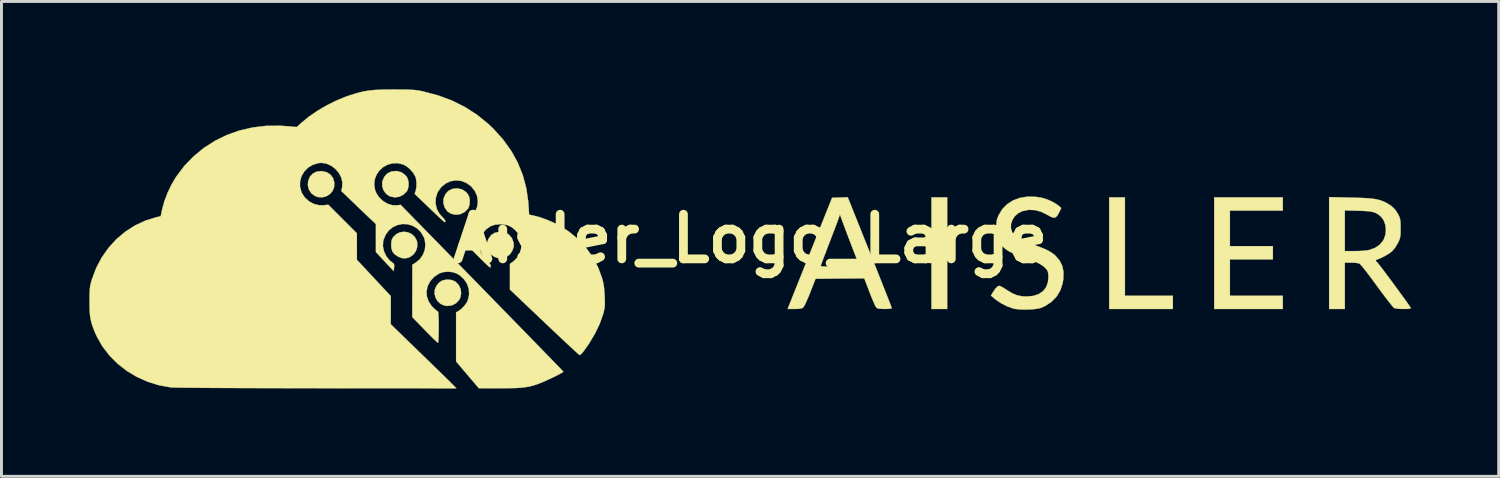
<source format=kicad_pcb>
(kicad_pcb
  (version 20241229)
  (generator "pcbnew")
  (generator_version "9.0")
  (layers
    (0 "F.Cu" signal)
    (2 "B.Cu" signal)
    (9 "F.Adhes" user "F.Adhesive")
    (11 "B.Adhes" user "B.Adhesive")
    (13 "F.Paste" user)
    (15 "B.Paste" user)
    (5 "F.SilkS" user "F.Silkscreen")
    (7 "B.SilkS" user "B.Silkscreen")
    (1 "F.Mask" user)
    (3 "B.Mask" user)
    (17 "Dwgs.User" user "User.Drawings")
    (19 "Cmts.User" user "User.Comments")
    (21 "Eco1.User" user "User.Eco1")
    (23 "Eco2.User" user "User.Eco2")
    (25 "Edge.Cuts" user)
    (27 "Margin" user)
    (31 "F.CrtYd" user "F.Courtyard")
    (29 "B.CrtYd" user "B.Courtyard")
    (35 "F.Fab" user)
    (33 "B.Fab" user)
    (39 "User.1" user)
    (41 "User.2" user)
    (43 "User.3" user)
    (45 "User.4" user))
  (footprint "Aisler_Logo_Large"
    (layer "F.Cu")
    (at 22.567 5.098)
    (property "Reference" "Aisler_Logo_Large" (at 0 0 0) (layer "F.SilkS") (effects (font (size 1.524 1.524) (thickness 0.3))))
    (attr through_hole)
    (fp_poly (pts (xy 6.717 2.399) (xy 6.181 2.399) (xy 6.181 -1.411) (xy 6.717 -1.411) (xy 6.717 2.399)) (stroke (width 0.01) (type solid)) (fill yes) (layer "F.SilkS"))
    (fp_poly (pts (xy 12.785 1.947) (xy 14.422 1.947) (xy 14.422 2.399) (xy 12.248 2.399) (xy 12.248 -1.411) (xy 12.785 -1.411) (xy 12.785 1.947)) (stroke (width 0.01) (type solid)) (fill yes) (layer "F.SilkS"))
    (fp_poly (pts (xy 18.175 -0.96) (xy 16.369 -0.96) (xy 16.369 0.254) (xy 17.836 0.254) (xy 17.836 0.706) (xy 16.369 0.706) (xy 16.369 1.947) (xy 18.175 1.947) (xy 18.175 2.399) (xy 15.833 2.399) (xy 15.833 -1.411) (xy 18.175 -1.411) (xy 18.175 -0.96)) (stroke (width 0.01) (type solid)) (fill yes) (layer "F.SilkS"))
    (fp_poly (pts (xy -14.625 -2.306) (xy -14.466 -2.27) (xy -14.339 -2.19) (xy -14.25 -2.072) (xy -14.205 -1.921) (xy -14.203 -1.91) (xy -14.211 -1.759) (xy -14.265 -1.628) (xy -14.356 -1.522) (xy -14.473 -1.448) (xy -14.61 -1.411) (xy -14.755 -1.419) (xy -14.871 -1.461) (xy -14.99 -1.551) (xy -15.071 -1.675) (xy -15.108 -1.821) (xy -15.098 -1.966) (xy -15.039 -2.113) (xy -14.941 -2.222) (xy -14.81 -2.288) (xy -14.651 -2.308) (xy -14.625 -2.306)) (stroke (width 0.01) (type solid)) (fill yes) (layer "F.SilkS"))
    (fp_poly (pts (xy -12.058 -2.307) (xy -11.914 -2.267) (xy -11.792 -2.18) (xy -11.728 -2.106) (xy -11.685 -2.009) (xy -11.667 -1.885) (xy -11.676 -1.756) (xy -11.711 -1.647) (xy -11.729 -1.618) (xy -11.847 -1.501) (xy -11.989 -1.43) (xy -12.143 -1.41) (xy -12.3 -1.443) (xy -12.321 -1.451) (xy -12.437 -1.531) (xy -12.522 -1.646) (xy -12.568 -1.784) (xy -12.569 -1.928) (xy -12.561 -1.968) (xy -12.495 -2.119) (xy -12.393 -2.229) (xy -12.259 -2.293) (xy -12.097 -2.31) (xy -12.058 -2.307)) (stroke (width 0.01) (type solid)) (fill yes) (layer "F.SilkS"))
    (fp_poly (pts (xy -11.691 -0.217) (xy -11.566 -0.16) (xy -11.463 -0.067) (xy -11.392 0.058) (xy -11.376 0.116) (xy -11.371 0.27) (xy -11.415 0.415) (xy -11.502 0.538) (xy -11.626 0.629) (xy -11.648 0.638) (xy -11.776 0.673) (xy -11.901 0.662) (xy -12.022 0.614) (xy -12.144 0.536) (xy -12.22 0.444) (xy -12.256 0.325) (xy -12.263 0.217) (xy -12.257 0.101) (xy -12.236 0.019) (xy -12.197 -0.05) (xy -12.091 -0.155) (xy -11.965 -0.217) (xy -11.828 -0.237) (xy -11.691 -0.217)) (stroke (width 0.01) (type solid)) (fill yes) (layer "F.SilkS"))
    (fp_poly (pts (xy -10.188 1.412) (xy -10.077 1.461) (xy -9.981 1.554) (xy -9.941 1.608) (xy -9.889 1.73) (xy -9.876 1.87) (xy -9.901 2.008) (xy -9.941 2.09) (xy -10.051 2.204) (xy -10.188 2.275) (xy -10.344 2.297) (xy -10.439 2.285) (xy -10.572 2.229) (xy -10.677 2.135) (xy -10.749 2.014) (xy -10.783 1.879) (xy -10.775 1.741) (xy -10.719 1.611) (xy -10.717 1.608) (xy -10.623 1.494) (xy -10.521 1.428) (xy -10.394 1.399) (xy -10.329 1.397) (xy -10.188 1.412)) (stroke (width 0.01) (type solid)) (fill yes) (layer "F.SilkS"))
    (fp_poly (pts (xy -9.97 -1.714) (xy -9.826 -1.674) (xy -9.704 -1.588) (xy -9.64 -1.513) (xy -9.596 -1.416) (xy -9.579 -1.292) (xy -9.588 -1.164) (xy -9.623 -1.054) (xy -9.64 -1.025) (xy -9.759 -0.908) (xy -9.9 -0.838) (xy -10.054 -0.817) (xy -10.212 -0.85) (xy -10.233 -0.859) (xy -10.347 -0.937) (xy -10.43 -1.052) (xy -10.477 -1.189) (xy -10.481 -1.333) (xy -10.471 -1.382) (xy -10.405 -1.53) (xy -10.303 -1.637) (xy -10.168 -1.701) (xy -10.007 -1.717) (xy -9.97 -1.714)) (stroke (width 0.01) (type solid)) (fill yes) (layer "F.SilkS"))
    (fp_poly (pts (xy -8.375 -0.211) (xy -8.246 -0.142) (xy -8.149 -0.026) (xy -8.13 0.01) (xy -8.082 0.145) (xy -8.079 0.268) (xy -8.123 0.4) (xy -8.135 0.424) (xy -8.209 0.532) (xy -8.312 0.608) (xy -8.324 0.614) (xy -8.464 0.666) (xy -8.592 0.67) (xy -8.727 0.625) (xy -8.752 0.613) (xy -8.865 0.531) (xy -8.939 0.423) (xy -8.991 0.288) (xy -8.996 0.164) (xy -8.954 0.031) (xy -8.944 0.01) (xy -8.856 -0.117) (xy -8.734 -0.198) (xy -8.581 -0.232) (xy -8.537 -0.234) (xy -8.375 -0.211)) (stroke (width 0.01) (type solid)) (fill yes) (layer "F.SilkS"))
    (fp_poly (pts (xy 4.075 0.465) (xy 4.198 0.774) (xy 4.316 1.068) (xy 4.425 1.343) (xy 4.524 1.594) (xy 4.613 1.818) (xy 4.688 2.009) (xy 4.749 2.165) (xy 4.793 2.279) (xy 4.819 2.35) (xy 4.826 2.371) (xy 4.799 2.384) (xy 4.727 2.394) (xy 4.617 2.399) (xy 4.586 2.399) (xy 4.46 2.396) (xy 4.377 2.388) (xy 4.325 2.37) (xy 4.297 2.349) (xy 4.271 2.307) (xy 4.23 2.222) (xy 4.178 2.103) (xy 4.119 1.96) (xy 4.067 1.827) (xy 3.887 1.354) (xy 3.055 1.361) (xy 2.223 1.369) (xy 2.042 1.834) (xy 1.977 1.995) (xy 1.916 2.136) (xy 1.863 2.249) (xy 1.822 2.324) (xy 1.802 2.349) (xy 1.757 2.376) (xy 1.689 2.391) (xy 1.585 2.398) (xy 1.507 2.399) (xy 1.27 2.399) (xy 1.313 2.293) (xy 1.33 2.249) (xy 1.367 2.158) (xy 1.421 2.023) (xy 1.49 1.849) (xy 1.573 1.642) (xy 1.668 1.405) (xy 1.772 1.143) (xy 1.856 0.934) (xy 2.399 0.934) (xy 2.426 0.942) (xy 2.503 0.948) (xy 2.622 0.953) (xy 2.776 0.957) (xy 2.96 0.959) (xy 3.062 0.96) (xy 3.249 0.959) (xy 3.415 0.958) (xy 3.553 0.956) (xy 3.656 0.954) (xy 3.714 0.951) (xy 3.725 0.949) (xy 3.716 0.92) (xy 3.688 0.848) (xy 3.647 0.738) (xy 3.594 0.601) (xy 3.534 0.444) (xy 3.524 0.42) (xy 3.45 0.227) (xy 3.371 0.022) (xy 3.295 -0.178) (xy 3.229 -0.355) (xy 3.189 -0.462) (xy 3.055 -0.826) (xy 3.019 -0.716) (xy 3 -0.662) (xy 2.963 -0.563) (xy 2.912 -0.427) (xy 2.85 -0.262) (xy 2.778 -0.076) (xy 2.702 0.124) (xy 2.691 0.151) (xy 2.616 0.346) (xy 2.548 0.524) (xy 2.49 0.679) (xy 2.444 0.803) (xy 2.413 0.889) (xy 2.399 0.931) (xy 2.399 0.934) (xy 1.856 0.934) (xy 1.885 0.861) (xy 2.005 0.563) (xy 2.072 0.395) (xy 2.788 -1.397) (xy 3.056 -1.405) (xy 3.324 -1.413) (xy 4.075 0.465)) (stroke (width 0.01) (type solid)) (fill yes) (layer "F.SilkS"))
    (fp_poly (pts (xy 20.482 -1.403) (xy 20.748 -1.396) (xy 20.966 -1.387) (xy 21.144 -1.375) (xy 21.289 -1.358) (xy 21.409 -1.336) (xy 21.513 -1.308) (xy 21.609 -1.272) (xy 21.702 -1.228) (xy 21.883 -1.116) (xy 22.02 -0.981) (xy 22.118 -0.824) (xy 22.153 -0.747) (xy 22.176 -0.678) (xy 22.189 -0.602) (xy 22.195 -0.502) (xy 22.197 -0.363) (xy 22.197 -0.352) (xy 22.196 -0.212) (xy 22.191 -0.112) (xy 22.178 -0.035) (xy 22.156 0.035) (xy 22.12 0.115) (xy 22.104 0.147) (xy 22.026 0.28) (xy 21.937 0.395) (xy 21.892 0.44) (xy 21.789 0.515) (xy 21.653 0.595) (xy 21.506 0.668) (xy 21.381 0.717) (xy 21.351 0.732) (xy 21.352 0.756) (xy 21.388 0.801) (xy 21.412 0.826) (xy 21.449 0.871) (xy 21.513 0.952) (xy 21.598 1.063) (xy 21.699 1.198) (xy 21.812 1.35) (xy 21.932 1.511) (xy 22.053 1.676) (xy 22.171 1.837) (xy 22.281 1.988) (xy 22.378 2.122) (xy 22.456 2.233) (xy 22.511 2.313) (xy 22.539 2.355) (xy 22.54 2.359) (xy 22.538 2.378) (xy 22.508 2.39) (xy 22.441 2.397) (xy 22.328 2.399) (xy 22.3 2.399) (xy 22.178 2.396) (xy 22.071 2.387) (xy 21.996 2.374) (xy 21.979 2.369) (xy 21.947 2.339) (xy 21.887 2.269) (xy 21.803 2.164) (xy 21.7 2.031) (xy 21.582 1.875) (xy 21.454 1.702) (xy 21.383 1.605) (xy 21.215 1.376) (xy 21.073 1.186) (xy 20.956 1.036) (xy 20.866 0.928) (xy 20.806 0.863) (xy 20.781 0.845) (xy 20.719 0.832) (xy 20.62 0.822) (xy 20.507 0.818) (xy 20.502 0.818) (xy 20.292 0.818) (xy 20.292 2.399) (xy 19.756 2.399) (xy 19.756 0.423) (xy 20.292 0.423) (xy 20.637 0.423) (xy 20.798 0.42) (xy 20.946 0.41) (xy 21.066 0.397) (xy 21.124 0.385) (xy 21.32 0.315) (xy 21.47 0.217) (xy 21.584 0.087) (xy 21.628 0.011) (xy 21.68 -0.144) (xy 21.695 -0.313) (xy 21.673 -0.48) (xy 21.617 -0.631) (xy 21.529 -0.75) (xy 21.518 -0.759) (xy 21.442 -0.822) (xy 21.367 -0.869) (xy 21.285 -0.902) (xy 21.185 -0.925) (xy 21.056 -0.94) (xy 20.887 -0.949) (xy 20.75 -0.953) (xy 20.292 -0.965) (xy 20.292 0.423) (xy 19.756 0.423) (xy 19.756 -1.419) (xy 20.482 -1.403)) (stroke (width 0.01) (type solid)) (fill yes) (layer "F.SilkS"))
    (fp_poly (pts (xy 9.72 -1.432) (xy 9.942 -1.398) (xy 10.114 -1.347) (xy 10.291 -1.271) (xy 10.449 -1.179) (xy 10.534 -1.115) (xy 10.612 -1.046) (xy 10.535 -0.889) (xy 10.475 -0.783) (xy 10.415 -0.726) (xy 10.346 -0.716) (xy 10.254 -0.748) (xy 10.166 -0.798) (xy 9.938 -0.914) (xy 9.718 -0.976) (xy 9.502 -0.985) (xy 9.286 -0.941) (xy 9.142 -0.87) (xy 9.026 -0.766) (xy 8.943 -0.64) (xy 8.897 -0.5) (xy 8.893 -0.359) (xy 8.935 -0.226) (xy 8.954 -0.195) (xy 9.038 -0.098) (xy 9.157 -0.01) (xy 9.318 0.074) (xy 9.527 0.158) (xy 9.596 0.182) (xy 9.822 0.262) (xy 10.003 0.332) (xy 10.146 0.398) (xy 10.261 0.463) (xy 10.357 0.531) (xy 10.413 0.58) (xy 10.555 0.745) (xy 10.647 0.931) (xy 10.689 1.139) (xy 10.683 1.374) (xy 10.656 1.535) (xy 10.575 1.774) (xy 10.448 1.982) (xy 10.275 2.158) (xy 10.06 2.299) (xy 9.934 2.357) (xy 9.828 2.385) (xy 9.682 2.406) (xy 9.513 2.418) (xy 9.337 2.42) (xy 9.17 2.413) (xy 9.029 2.396) (xy 8.975 2.384) (xy 8.764 2.309) (xy 8.556 2.203) (xy 8.374 2.08) (xy 8.346 2.057) (xy 8.211 1.942) (xy 8.273 1.839) (xy 8.357 1.714) (xy 8.432 1.636) (xy 8.495 1.609) (xy 8.496 1.609) (xy 8.54 1.624) (xy 8.616 1.664) (xy 8.711 1.723) (xy 8.752 1.75) (xy 8.933 1.861) (xy 9.101 1.931) (xy 9.273 1.966) (xy 9.438 1.974) (xy 9.661 1.952) (xy 9.845 1.89) (xy 9.991 1.79) (xy 10.096 1.654) (xy 10.157 1.483) (xy 10.173 1.322) (xy 10.169 1.203) (xy 10.153 1.122) (xy 10.12 1.059) (xy 10.116 1.053) (xy 10.022 0.956) (xy 9.887 0.865) (xy 9.705 0.777) (xy 9.471 0.689) (xy 9.434 0.677) (xy 9.184 0.59) (xy 8.984 0.51) (xy 8.824 0.43) (xy 8.699 0.347) (xy 8.602 0.255) (xy 8.524 0.152) (xy 8.475 0.063) (xy 8.437 -0.022) (xy 8.413 -0.099) (xy 8.401 -0.185) (xy 8.396 -0.3) (xy 8.396 -0.367) (xy 8.398 -0.503) (xy 8.407 -0.602) (xy 8.426 -0.684) (xy 8.459 -0.768) (xy 8.475 -0.804) (xy 8.6 -1.01) (xy 8.765 -1.177) (xy 8.963 -1.305) (xy 9.192 -1.391) (xy 9.445 -1.434) (xy 9.72 -1.432)) (stroke (width 0.01) (type solid)) (fill yes) (layer "F.SilkS"))
    (fp_poly (pts (xy -11.95 -5.092) (xy -11.769 -5.09) (xy -11.625 -5.086) (xy -11.508 -5.079) (xy -11.408 -5.069) (xy -11.315 -5.056) (xy -11.22 -5.037) (xy -11.179 -5.028) (xy -10.664 -4.892) (xy -10.187 -4.715) (xy -9.745 -4.495) (xy -9.335 -4.232) (xy -8.954 -3.924) (xy -8.776 -3.755) (xy -8.445 -3.388) (xy -8.168 -3.003) (xy -7.943 -2.598) (xy -7.771 -2.173) (xy -7.651 -1.727) (xy -7.583 -1.26) (xy -7.573 -1.123) (xy -7.555 -0.821) (xy -7.397 -0.788) (xy -7.192 -0.734) (xy -6.961 -0.652) (xy -6.725 -0.551) (xy -6.56 -0.469) (xy -6.207 -0.251) (xy -5.891 0.008) (xy -5.615 0.303) (xy -5.382 0.631) (xy -5.195 0.988) (xy -5.064 1.345) (xy -5.027 1.489) (xy -5.001 1.634) (xy -4.984 1.8) (xy -4.975 1.964) (xy -4.969 2.122) (xy -4.969 2.241) (xy -4.975 2.336) (xy -4.99 2.425) (xy -5.014 2.525) (xy -5.034 2.595) (xy -5.147 2.912) (xy -5.306 3.243) (xy -5.506 3.577) (xy -5.696 3.846) (xy -5.755 3.917) (xy -5.806 3.962) (xy -5.831 3.973) (xy -5.857 3.953) (xy -5.92 3.897) (xy -6.016 3.809) (xy -6.142 3.693) (xy -6.294 3.551) (xy -6.468 3.388) (xy -6.66 3.207) (xy -6.867 3.011) (xy -7.037 2.85) (xy -8.21 1.736) (xy -8.209 1.298) (xy -8.209 0.861) (xy -8.092 0.776) (xy -7.961 0.648) (xy -7.871 0.492) (xy -7.824 0.318) (xy -7.821 0.138) (xy -7.863 -0.039) (xy -7.949 -0.201) (xy -8.022 -0.287) (xy -8.156 -0.398) (xy -8.298 -0.464) (xy -8.465 -0.492) (xy -8.537 -0.494) (xy -8.718 -0.478) (xy -8.868 -0.427) (xy -9.003 -0.334) (xy -9.053 -0.287) (xy -9.17 -0.136) (xy -9.237 0.036) (xy -9.256 0.215) (xy -9.231 0.404) (xy -9.159 0.577) (xy -9.047 0.722) (xy -8.982 0.776) (xy -8.906 0.84) (xy -8.871 0.898) (xy -8.864 0.945) (xy -8.865 0.971) (xy -8.876 0.981) (xy -8.9 0.972) (xy -8.943 0.939) (xy -9.008 0.879) (xy -9.103 0.788) (xy -9.23 0.661) (xy -9.271 0.621) (xy -9.68 0.212) (xy -9.68 -0.218) (xy -9.679 -0.367) (xy -9.675 -0.494) (xy -9.669 -0.588) (xy -9.661 -0.641) (xy -9.657 -0.649) (xy -9.625 -0.667) (xy -9.569 -0.714) (xy -9.526 -0.755) (xy -9.401 -0.914) (xy -9.327 -1.089) (xy -9.304 -1.272) (xy -9.33 -1.455) (xy -9.407 -1.629) (xy -9.533 -1.785) (xy -9.547 -1.798) (xy -9.708 -1.911) (xy -9.883 -1.975) (xy -10.064 -1.99) (xy -10.241 -1.959) (xy -10.406 -1.883) (xy -10.551 -1.765) (xy -10.666 -1.605) (xy -10.685 -1.566) (xy -10.741 -1.386) (xy -10.747 -1.198) (xy -10.705 -1.016) (xy -10.617 -0.852) (xy -10.517 -0.741) (xy -10.456 -0.678) (xy -10.419 -0.619) (xy -10.412 -0.577) (xy -10.433 -0.564) (xy -10.45 -0.574) (xy -10.487 -0.604) (xy -10.547 -0.657) (xy -10.634 -0.738) (xy -10.75 -0.848) (xy -10.899 -0.99) (xy -11.085 -1.168) (xy -11.156 -1.237) (xy -11.461 -1.53) (xy -11.428 -1.63) (xy -11.401 -1.764) (xy -11.399 -1.915) (xy -11.418 -2.058) (xy -11.44 -2.124) (xy -11.512 -2.249) (xy -11.618 -2.371) (xy -11.74 -2.472) (xy -11.849 -2.531) (xy -12.037 -2.577) (xy -12.218 -2.573) (xy -12.387 -2.526) (xy -12.538 -2.442) (xy -12.665 -2.327) (xy -12.762 -2.186) (xy -12.823 -2.026) (xy -12.842 -1.852) (xy -12.815 -1.672) (xy -12.775 -1.566) (xy -12.678 -1.415) (xy -12.546 -1.289) (xy -12.392 -1.196) (xy -12.227 -1.144) (xy -12.064 -1.138) (xy -12.049 -1.14) (xy -11.942 -1.157) (xy -9.167 1.681) (xy -8.839 2.017) (xy -8.523 2.341) (xy -8.219 2.652) (xy -7.931 2.948) (xy -7.66 3.225) (xy -7.409 3.483) (xy -7.18 3.718) (xy -6.976 3.928) (xy -6.798 4.111) (xy -6.649 4.265) (xy -6.531 4.387) (xy -6.446 4.475) (xy -6.397 4.527) (xy -6.385 4.54) (xy -6.406 4.56) (xy -6.469 4.597) (xy -6.565 4.649) (xy -6.684 4.709) (xy -6.709 4.721) (xy -6.93 4.825) (xy -7.12 4.909) (xy -7.289 4.974) (xy -7.449 5.023) (xy -7.61 5.059) (xy -7.783 5.083) (xy -7.977 5.097) (xy -8.204 5.104) (xy -8.474 5.106) (xy -8.551 5.106) (xy -9.271 5.105) (xy -9.659 4.648) (xy -10.047 4.191) (xy -10.047 3.352) (xy -10.047 2.513) (xy -9.97 2.473) (xy -9.871 2.402) (xy -9.771 2.3) (xy -9.688 2.186) (xy -9.666 2.147) (xy -9.636 2.063) (xy -9.611 1.953) (xy -9.603 1.89) (xy -9.614 1.71) (xy -9.675 1.537) (xy -9.78 1.381) (xy -9.922 1.251) (xy -10.033 1.185) (xy -10.173 1.141) (xy -10.334 1.127) (xy -10.493 1.143) (xy -10.626 1.188) (xy -10.801 1.307) (xy -10.931 1.452) (xy -11.016 1.615) (xy -11.055 1.79) (xy -11.045 1.968) (xy -10.985 2.142) (xy -10.875 2.305) (xy -10.837 2.345) (xy -10.764 2.415) (xy -10.704 2.464) (xy -10.67 2.484) (xy -10.669 2.484) (xy -10.657 2.512) (xy -10.649 2.596) (xy -10.643 2.735) (xy -10.64 2.929) (xy -10.64 3.02) (xy -10.641 3.187) (xy -10.645 3.333) (xy -10.65 3.449) (xy -10.657 3.526) (xy -10.665 3.556) (xy -10.665 3.556) (xy -10.691 3.537) (xy -10.75 3.482) (xy -10.837 3.399) (xy -10.944 3.292) (xy -11.065 3.169) (xy -11.117 3.116) (xy -11.543 2.676) (xy -11.542 1.783) (xy -11.541 0.889) (xy -11.426 0.818) (xy -11.284 0.701) (xy -11.18 0.55) (xy -11.115 0.379) (xy -11.095 0.197) (xy -11.122 0.018) (xy -11.15 -0.056) (xy -11.254 -0.229) (xy -11.387 -0.358) (xy -11.54 -0.446) (xy -11.705 -0.494) (xy -11.875 -0.501) (xy -12.042 -0.469) (xy -12.198 -0.399) (xy -12.335 -0.291) (xy -12.446 -0.146) (xy -12.522 0.034) (xy -12.537 0.094) (xy -12.545 0.263) (xy -12.507 0.437) (xy -12.429 0.601) (xy -12.317 0.74) (xy -12.222 0.815) (xy -12.177 0.851) (xy -12.16 0.895) (xy -12.162 0.971) (xy -12.164 0.984) (xy -12.178 1.107) (xy -12.481 0.782) (xy -12.785 0.457) (xy -12.785 -0.499) (xy -12.961 -0.665) (xy -13.038 -0.738) (xy -13.146 -0.841) (xy -13.274 -0.963) (xy -13.413 -1.096) (xy -13.551 -1.229) (xy -13.965 -1.627) (xy -13.937 -1.758) (xy -13.929 -1.926) (xy -13.969 -2.09) (xy -14.049 -2.243) (xy -14.163 -2.378) (xy -14.303 -2.485) (xy -14.46 -2.558) (xy -14.628 -2.588) (xy -14.74 -2.581) (xy -14.933 -2.524) (xy -15.098 -2.427) (xy -15.228 -2.296) (xy -15.321 -2.141) (xy -15.372 -1.968) (xy -15.377 -1.786) (xy -15.33 -1.602) (xy -15.314 -1.565) (xy -15.21 -1.404) (xy -15.068 -1.275) (xy -14.899 -1.185) (xy -14.715 -1.14) (xy -14.554 -1.142) (xy -14.411 -1.16) (xy -13.923 -0.672) (xy -13.434 -0.184) (xy -13.434 0.268) (xy -13.433 0.72) (xy -12.277 1.959) (xy -12.277 2.921) (xy -11.225 3.942) (xy -11.02 4.141) (xy -10.826 4.33) (xy -10.646 4.505) (xy -10.485 4.662) (xy -10.347 4.797) (xy -10.236 4.906) (xy -10.156 4.985) (xy -10.111 5.029) (xy -10.105 5.036) (xy -10.037 5.108) (xy -14.805 5.105) (xy -15.323 5.104) (xy -15.827 5.103) (xy -16.316 5.102) (xy -16.785 5.101) (xy -17.231 5.099) (xy -17.652 5.098) (xy -18.045 5.096) (xy -18.405 5.094) (xy -18.731 5.092) (xy -19.019 5.089) (xy -19.266 5.087) (xy -19.469 5.084) (xy -19.625 5.082) (xy -19.731 5.079) (xy -19.783 5.077) (xy -19.784 5.076) (xy -20.19 5.004) (xy -20.58 4.882) (xy -20.95 4.716) (xy -21.294 4.509) (xy -21.607 4.264) (xy -21.884 3.985) (xy -22.121 3.675) (xy -22.313 3.338) (xy -22.367 3.219) (xy -22.437 3.044) (xy -22.489 2.891) (xy -22.524 2.746) (xy -22.546 2.593) (xy -22.558 2.418) (xy -22.562 2.206) (xy -22.561 2.131) (xy -22.56 1.949) (xy -22.556 1.81) (xy -22.549 1.702) (xy -22.537 1.611) (xy -22.518 1.525) (xy -22.492 1.43) (xy -22.482 1.397) (xy -22.336 1.006) (xy -22.146 0.644) (xy -21.914 0.314) (xy -21.646 0.019) (xy -21.344 -0.236) (xy -21.012 -0.449) (xy -20.654 -0.616) (xy -20.312 -0.723) (xy -20.13 -0.768) (xy -20.08 -1.006) (xy -20.007 -1.273) (xy -19.9 -1.557) (xy -19.767 -1.838) (xy -19.616 -2.095) (xy -19.604 -2.113) (xy -19.326 -2.481) (xy -19.009 -2.81) (xy -18.659 -3.097) (xy -18.277 -3.342) (xy -17.869 -3.541) (xy -17.437 -3.694) (xy -16.985 -3.798) (xy -16.518 -3.853) (xy -16.038 -3.855) (xy -15.874 -3.844) (xy -15.488 -3.811) (xy -15.314 -3.968) (xy -15.069 -4.168) (xy -14.783 -4.364) (xy -14.471 -4.548) (xy -14.147 -4.71) (xy -13.826 -4.843) (xy -13.723 -4.879) (xy -13.523 -4.943) (xy -13.347 -4.993) (xy -13.181 -5.031) (xy -13.015 -5.058) (xy -12.836 -5.076) (xy -12.634 -5.087) (xy -12.396 -5.092) (xy -12.178 -5.093) (xy -11.95 -5.092)) (stroke (width 0.01) (type solid)) (fill yes) (layer "F.SilkS")))
  (gr_rect
    (start -3 -3)
    (end 48.112 13.211)
    (stroke (width 0.1) (type default))
    (fill no)
    (layer "Edge.Cuts")))
</source>
